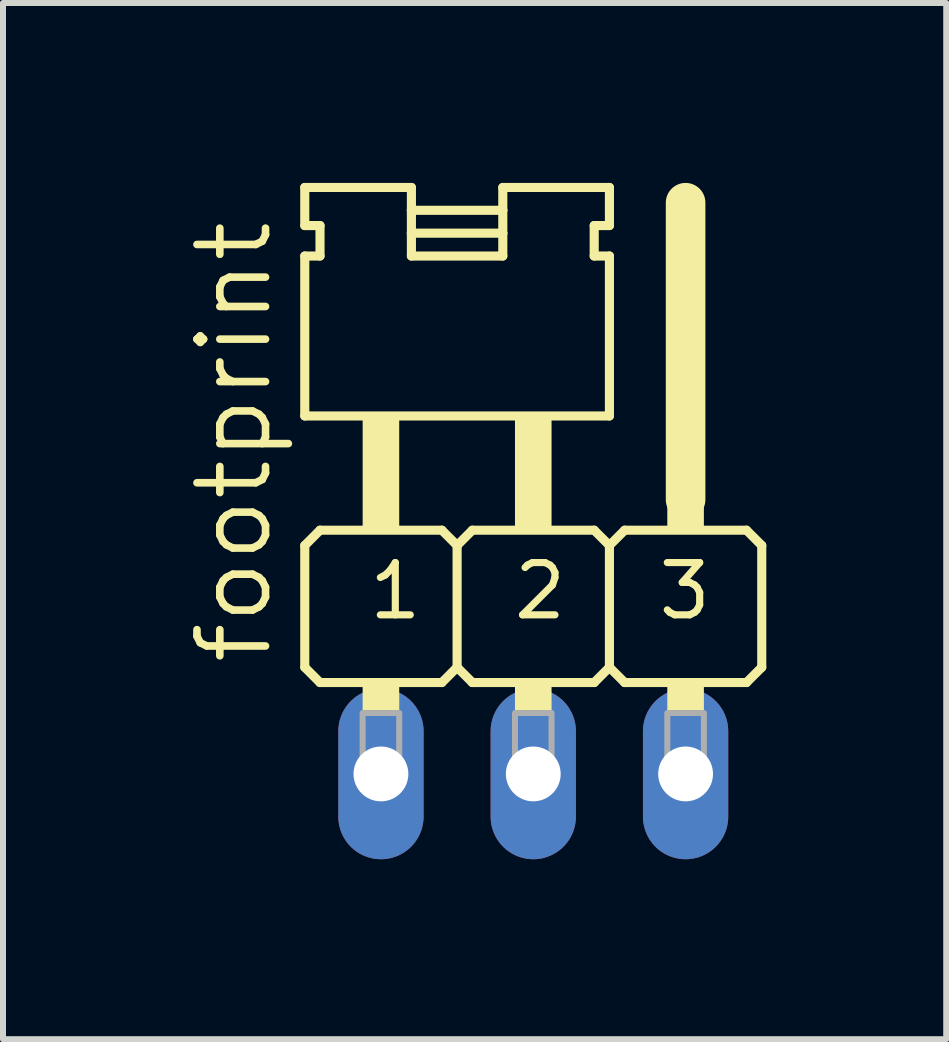
<source format=kicad_pcb>
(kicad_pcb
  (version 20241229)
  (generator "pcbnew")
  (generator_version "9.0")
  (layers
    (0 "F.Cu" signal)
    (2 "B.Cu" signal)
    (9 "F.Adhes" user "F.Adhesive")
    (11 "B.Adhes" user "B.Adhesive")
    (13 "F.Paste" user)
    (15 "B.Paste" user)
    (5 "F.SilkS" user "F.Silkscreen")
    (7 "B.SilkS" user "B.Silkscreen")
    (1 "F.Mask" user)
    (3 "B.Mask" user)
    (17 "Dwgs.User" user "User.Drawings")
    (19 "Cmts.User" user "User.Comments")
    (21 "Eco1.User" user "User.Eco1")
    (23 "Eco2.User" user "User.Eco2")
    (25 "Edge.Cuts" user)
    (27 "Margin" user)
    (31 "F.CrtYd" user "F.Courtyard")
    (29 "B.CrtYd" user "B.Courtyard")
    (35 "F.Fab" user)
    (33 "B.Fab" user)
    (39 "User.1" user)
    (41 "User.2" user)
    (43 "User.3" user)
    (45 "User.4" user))
  (footprint "footprint"
    (layer "F.Cu")
    (at 5.842 7.315)
    (property "Reference" "footprint" (at -4.318 0.762 90) (layer "F.SilkS") (effects (font (size 1.143 1.143) (thickness 0.127)) (justify left bottom)))
    (fp_line (start -3.81 -7.239) (end -3.81 -6.604) (stroke (width 0.152) (type solid)) (layer "F.SilkS"))
    (fp_line (start -3.81 -7.239) (end -2.032 -7.239) (stroke (width 0.152) (type solid)) (layer "F.SilkS"))
    (fp_line (start -3.81 -6.096) (end -3.81 -3.429) (stroke (width 0.152) (type solid)) (layer "F.SilkS"))
    (fp_line (start -3.81 -6.096) (end -3.556 -6.096) (stroke (width 0.152) (type solid)) (layer "F.SilkS"))
    (fp_line (start -3.81 -1.27) (end -3.556 -1.524) (stroke (width 0.152) (type solid)) (layer "F.SilkS"))
    (fp_line (start -3.81 0.762) (end -3.81 -1.27) (stroke (width 0.152) (type solid)) (layer "F.SilkS"))
    (fp_line (start -3.81 0.762) (end -3.556 1.016) (stroke (width 0.152) (type solid)) (layer "F.SilkS"))
    (fp_line (start -3.556 -6.604) (end -3.81 -6.604) (stroke (width 0.152) (type solid)) (layer "F.SilkS"))
    (fp_line (start -3.556 -6.604) (end -3.556 -6.096) (stroke (width 0.152) (type solid)) (layer "F.SilkS"))
    (fp_line (start -2.032 -7.239) (end -2.032 -6.858) (stroke (width 0.152) (type solid)) (layer "F.SilkS"))
    (fp_line (start -2.032 -6.858) (end -2.032 -6.477) (stroke (width 0.152) (type solid)) (layer "F.SilkS"))
    (fp_line (start -2.032 -6.858) (end -0.508 -6.858) (stroke (width 0.152) (type solid)) (layer "F.SilkS"))
    (fp_line (start -2.032 -6.477) (end -2.032 -6.096) (stroke (width 0.152) (type solid)) (layer "F.SilkS"))
    (fp_line (start -2.032 -6.477) (end -0.508 -6.477) (stroke (width 0.152) (type solid)) (layer "F.SilkS"))
    (fp_line (start -2.032 -6.096) (end -0.508 -6.096) (stroke (width 0.152) (type solid)) (layer "F.SilkS"))
    (fp_line (start -1.524 -1.524) (end -3.556 -1.524) (stroke (width 0.152) (type solid)) (layer "F.SilkS"))
    (fp_line (start -1.524 -1.524) (end -1.27 -1.27) (stroke (width 0.152) (type solid)) (layer "F.SilkS"))
    (fp_line (start -1.524 1.016) (end -3.556 1.016) (stroke (width 0.152) (type solid)) (layer "F.SilkS"))
    (fp_line (start -1.524 1.016) (end -1.27 0.762) (stroke (width 0.152) (type solid)) (layer "F.SilkS"))
    (fp_line (start -1.27 -1.27) (end -1.016 -1.524) (stroke (width 0.152) (type solid)) (layer "F.SilkS"))
    (fp_line (start -1.27 0.762) (end -1.27 -1.27) (stroke (width 0.152) (type solid)) (layer "F.SilkS"))
    (fp_line (start -1.27 0.762) (end -1.016 1.016) (stroke (width 0.152) (type solid)) (layer "F.SilkS"))
    (fp_line (start -0.508 -7.239) (end 1.27 -7.239) (stroke (width 0.152) (type solid)) (layer "F.SilkS"))
    (fp_line (start -0.508 -6.858) (end -0.508 -7.239) (stroke (width 0.152) (type solid)) (layer "F.SilkS"))
    (fp_line (start -0.508 -6.858) (end -0.508 -6.477) (stroke (width 0.152) (type solid)) (layer "F.SilkS"))
    (fp_line (start -0.508 -6.477) (end -0.508 -6.096) (stroke (width 0.152) (type solid)) (layer "F.SilkS"))
    (fp_line (start 1.016 -6.604) (end 1.016 -6.096) (stroke (width 0.152) (type solid)) (layer "F.SilkS"))
    (fp_line (start 1.016 -6.604) (end 1.27 -6.604) (stroke (width 0.152) (type solid)) (layer "F.SilkS"))
    (fp_line (start 1.016 -1.524) (end -1.016 -1.524) (stroke (width 0.152) (type solid)) (layer "F.SilkS"))
    (fp_line (start 1.016 -1.524) (end 1.27 -1.27) (stroke (width 0.152) (type solid)) (layer "F.SilkS"))
    (fp_line (start 1.016 1.016) (end -1.016 1.016) (stroke (width 0.152) (type solid)) (layer "F.SilkS"))
    (fp_line (start 1.016 1.016) (end 1.27 0.762) (stroke (width 0.152) (type solid)) (layer "F.SilkS"))
    (fp_line (start 1.27 -7.239) (end 1.27 -6.604) (stroke (width 0.152) (type solid)) (layer "F.SilkS"))
    (fp_line (start 1.27 -6.096) (end 1.016 -6.096) (stroke (width 0.152) (type solid)) (layer "F.SilkS"))
    (fp_line (start 1.27 -6.096) (end 1.27 -3.429) (stroke (width 0.152) (type solid)) (layer "F.SilkS"))
    (fp_line (start 1.27 -3.429) (end -3.81 -3.429) (stroke (width 0.152) (type solid)) (layer "F.SilkS"))
    (fp_line (start 1.27 -1.27) (end 1.524 -1.524) (stroke (width 0.152) (type solid)) (layer "F.SilkS"))
    (fp_line (start 1.27 0.762) (end 1.27 -1.27) (stroke (width 0.152) (type solid)) (layer "F.SilkS"))
    (fp_line (start 1.27 0.762) (end 1.524 1.016) (stroke (width 0.152) (type solid)) (layer "F.SilkS"))
    (fp_line (start 2.54 -2.032) (end 2.54 -6.985) (stroke (width 0.66) (type solid)) (layer "F.SilkS"))
    (fp_line (start 3.556 -1.524) (end 1.524 -1.524) (stroke (width 0.152) (type solid)) (layer "F.SilkS"))
    (fp_line (start 3.556 -1.524) (end 3.81 -1.27) (stroke (width 0.152) (type solid)) (layer "F.SilkS"))
    (fp_line (start 3.556 1.016) (end 1.524 1.016) (stroke (width 0.152) (type solid)) (layer "F.SilkS"))
    (fp_line (start 3.556 1.016) (end 3.81 0.762) (stroke (width 0.152) (type solid)) (layer "F.SilkS"))
    (fp_line (start 3.81 -1.27) (end 3.81 0.762) (stroke (width 0.152) (type solid)) (layer "F.SilkS"))
    (fp_poly (pts (xy -2.845 -1.524) (xy -2.235 -1.524) (xy -2.235 -3.429) (xy -2.845 -3.429)) (stroke (width 0) (type solid)) (fill yes) (layer "F.SilkS"))
    (fp_poly (pts (xy -2.845 1.524) (xy -2.235 1.524) (xy -2.235 1.016) (xy -2.845 1.016)) (stroke (width 0) (type solid)) (fill yes) (layer "F.SilkS"))
    (fp_poly (pts (xy -0.305 -1.524) (xy 0.305 -1.524) (xy 0.305 -3.429) (xy -0.305 -3.429)) (stroke (width 0) (type solid)) (fill yes) (layer "F.SilkS"))
    (fp_poly (pts (xy -0.305 1.524) (xy 0.305 1.524) (xy 0.305 1.016) (xy -0.305 1.016)) (stroke (width 0) (type solid)) (fill yes) (layer "F.SilkS"))
    (fp_poly (pts (xy 2.235 -1.524) (xy 2.845 -1.524) (xy 2.845 -2.032) (xy 2.235 -2.032)) (stroke (width 0) (type solid)) (fill yes) (layer "F.SilkS"))
    (fp_poly (pts (xy 2.235 1.524) (xy 2.845 1.524) (xy 2.845 1.016) (xy 2.235 1.016)) (stroke (width 0) (type solid)) (fill yes) (layer "F.SilkS"))
    (fp_poly (pts (xy -2.845 2.794) (xy -2.235 2.794) (xy -2.235 1.524) (xy -2.845 1.524)) (stroke (width 0.1) (type solid)) (fill no) (layer "F.Fab"))
    (fp_poly (pts (xy -0.305 2.794) (xy 0.305 2.794) (xy 0.305 1.524) (xy -0.305 1.524)) (stroke (width 0.1) (type solid)) (fill no) (layer "F.Fab"))
    (fp_poly (pts (xy 2.235 2.794) (xy 2.845 2.794) (xy 2.845 1.524) (xy 2.235 1.524)) (stroke (width 0.1) (type solid)) (fill no) (layer "F.Fab"))
    (fp_text user "1" (at -2.794 0 0) (layer "F.SilkS") (effects (font (size 0.872 0.872) (thickness 0.119)) (justify left bottom)))
    (fp_text user "2" (at -0.381 0 0) (layer "F.SilkS") (effects (font (size 0.872 0.872) (thickness 0.119)) (justify left bottom)))
    (fp_text user "3" (at 2.032 0 0) (layer "F.SilkS") (effects (font (size 0.872 0.872) (thickness 0.119)) (justify left bottom)))
    (pad "1" thru_hole oval (at -2.54 2.54 90) (size 2.845 1.422) (drill 0.914) (layers "*.Cu" "*.Mask"))
    (pad "2" thru_hole oval (at 0 2.54 90) (size 2.845 1.422) (drill 0.914) (layers "*.Cu" "*.Mask"))
    (pad "3" thru_hole oval (at 2.54 2.54 90) (size 2.845 1.422) (drill 0.914) (layers "*.Cu" "*.Mask")))
  (gr_rect
    (start -3 -3)
    (end 12.728 14.278)
    (stroke (width 0.1) (type default))
    (fill no)
    (layer "Edge.Cuts")))
</source>
